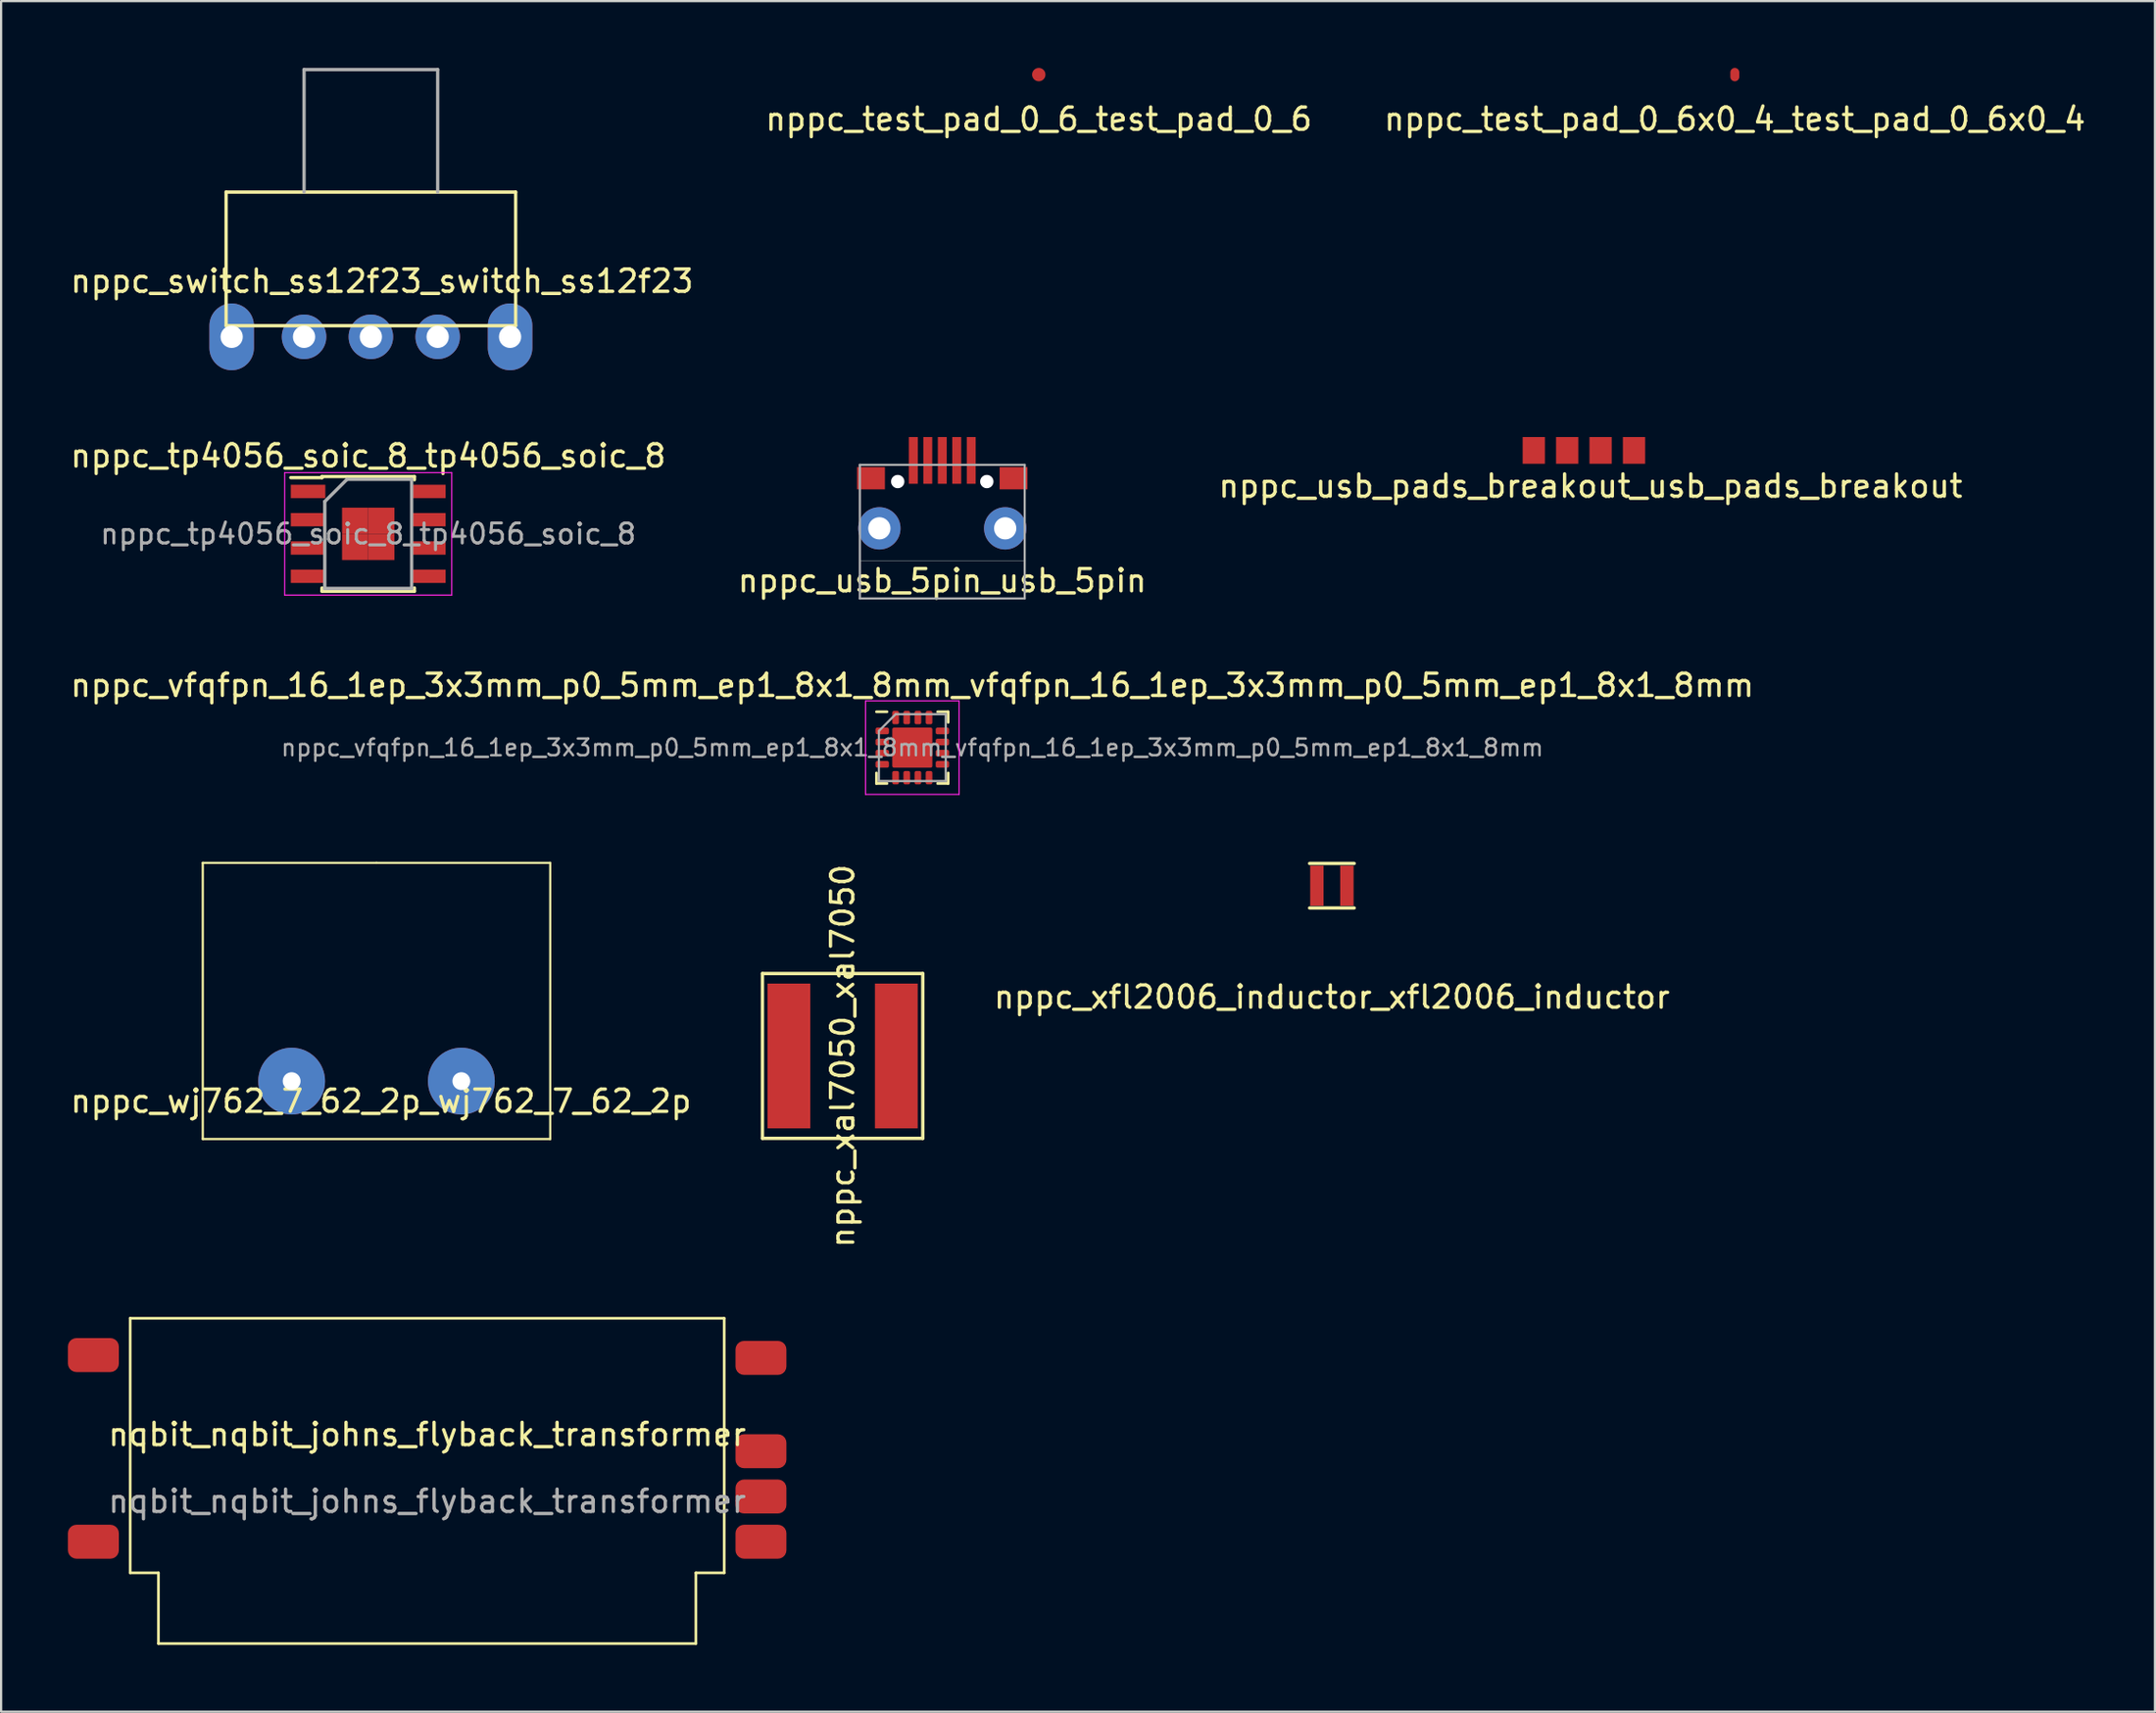
<source format=kicad_pcb>
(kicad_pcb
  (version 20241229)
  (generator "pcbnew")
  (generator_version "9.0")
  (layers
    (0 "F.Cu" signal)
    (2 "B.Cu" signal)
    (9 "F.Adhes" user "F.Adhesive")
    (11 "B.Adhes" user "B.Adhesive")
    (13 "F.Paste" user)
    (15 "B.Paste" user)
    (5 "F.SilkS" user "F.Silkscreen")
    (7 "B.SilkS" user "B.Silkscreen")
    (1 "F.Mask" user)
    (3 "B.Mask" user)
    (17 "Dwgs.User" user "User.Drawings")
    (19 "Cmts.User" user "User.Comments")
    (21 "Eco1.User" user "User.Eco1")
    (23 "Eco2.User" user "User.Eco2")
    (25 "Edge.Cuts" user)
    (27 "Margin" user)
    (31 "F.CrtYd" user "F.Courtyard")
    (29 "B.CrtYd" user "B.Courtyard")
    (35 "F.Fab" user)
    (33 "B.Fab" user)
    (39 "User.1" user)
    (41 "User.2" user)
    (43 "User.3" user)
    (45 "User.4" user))
  (footprint "nppc_test_pad_0_6_test_pad_0_6"
    (layer "F.Cu")
    (at 43.589 0.3)
    (property "Reference" "nppc_test_pad_0_6_test_pad_0_6" (at 0 2 0) (layer "F.SilkS") (effects (font (size 1 1) (thickness 0.15))))
    (attr through_hole)
    (pad "1" smd circle (at 0 0) (size 0.6 0.6) (layers "F.Cu" "F.Mask")))
  (footprint "nppc_xfl2006_inductor_xfl2006_inductor"
    (layer "F.Cu")
    (at 56.749 36.723)
    (property "Reference" "nppc_xfl2006_inductor_xfl2006_inductor" (at 0 5 0) (layer "F.SilkS") (effects (font (size 1 1) (thickness 0.15))))
    (attr through_hole)
    (fp_line (start -1 1) (end 1 1) (stroke (width 0.15) (type solid)) (layer "F.SilkS"))
    (fp_line (start 1 -1) (end -1 -1) (stroke (width 0.15) (type solid)) (layer "F.SilkS"))
    (pad "1" smd rect (at -0.675 0) (size 0.6 1.8) (layers "F.Cu" "F.Mask" "F.Paste"))
    (pad "2" smd rect (at 0.675 0) (size 0.6 1.8) (layers "F.Cu" "F.Mask" "F.Paste")))
  (footprint "nqbit_nqbit_johns_flyback_transformer"
    (layer "F.Cu")
    (at 16.129 61.864)
    (property "Reference" "nqbit_nqbit_johns_flyback_transformer" (at 0 -0.5 0) (unlocked yes) (layer "F.SilkS") (effects (font (size 1 1) (thickness 0.15))))
    (attr smd)
    (fp_line (start -13.335 -5.715) (end -13.335 5.715) (stroke (width 0.12) (type solid)) (layer "F.SilkS"))
    (fp_line (start -12.065 5.715) (end -13.335 5.715) (stroke (width 0.12) (type solid)) (layer "F.SilkS"))
    (fp_line (start -12.065 8.89) (end -12.065 5.715) (stroke (width 0.12) (type solid)) (layer "F.SilkS"))
    (fp_line (start -12.065 8.89) (end 12.065 8.89) (stroke (width 0.12) (type solid)) (layer "F.SilkS"))
    (fp_line (start 12.065 5.715) (end 13.335 5.715) (stroke (width 0.12) (type solid)) (layer "F.SilkS"))
    (fp_line (start 12.065 8.89) (end 12.065 5.715) (stroke (width 0.12) (type solid)) (layer "F.SilkS"))
    (fp_line (start 13.335 -5.715) (end -13.335 -5.715) (stroke (width 0.12) (type solid)) (layer "F.SilkS"))
    (fp_line (start 13.335 5.715) (end 13.335 -5.715) (stroke (width 0.12) (type solid)) (layer "F.SilkS"))
    (fp_text user "${REFERENCE}" (at 0 2.5 0) (unlocked yes) (layer "F.Fab") (effects (font (size 1 1) (thickness 0.15))))
    (pad "1" smd roundrect (at -14.986 -4.064) (size 2.286 1.524) (layers "F.Cu" "F.Mask" "F.Paste") (roundrect_rratio 0.25))
    (pad "1" smd roundrect (at -14.986 4.318) (size 2.286 1.524) (layers "F.Cu" "F.Mask" "F.Paste") (roundrect_rratio 0.25))
    (pad "1" smd roundrect (at 14.986 -3.937) (size 2.286 1.524) (layers "F.Cu" "F.Mask" "F.Paste") (roundrect_rratio 0.25))
    (pad "1" smd roundrect (at 14.986 0.254) (size 2.286 1.524) (layers "F.Cu" "F.Mask" "F.Paste") (roundrect_rratio 0.25))
    (pad "1" smd roundrect (at 14.986 2.286) (size 2.286 1.524) (layers "F.Cu" "F.Mask" "F.Paste") (roundrect_rratio 0.25))
    (pad "1" smd roundrect (at 14.986 4.318) (size 2.286 1.524) (layers "F.Cu" "F.Mask" "F.Paste") (roundrect_rratio 0.25)))
  (footprint "nppc_usb_pads_breakout_usb_pads_breakout"
    (layer "F.Cu")
    (at 68.063 17.175)
    (property "Reference" "nppc_usb_pads_breakout_usb_pads_breakout" (at 0.3 1.6 0) (layer "F.SilkS") (effects (font (size 1 1) (thickness 0.15))))
    (attr through_hole)
    (pad "1" smd rect (at -2.25 0) (size 1 1.2) (layers "F.Cu" "F.Mask"))
    (pad "2" smd rect (at -0.75 0) (size 1 1.2) (layers "F.Cu" "F.Mask"))
    (pad "3" smd rect (at 0.75 0) (size 1 1.2) (layers "F.Cu" "F.Mask"))
    (pad "4" smd rect (at 2.25 0) (size 1 1.2) (layers "F.Cu" "F.Mask")))
  (footprint "nppc_xal7050_xal7050"
    (layer "F.Cu")
    (at 34.782 44.368)
    (property "Reference" "nppc_xal7050_xal7050" (at 0 0 90) (layer "F.SilkS") (effects (font (size 1 1) (thickness 0.15))))
    (attr smd)
    (fp_line (start -3.6 -3.7) (end 0 -3.7) (stroke (width 0.15) (type solid)) (layer "F.SilkS"))
    (fp_line (start -3.6 3.7) (end -3.6 -3.7) (stroke (width 0.15) (type solid)) (layer "F.SilkS"))
    (fp_line (start 0 -3.7) (end 3.6 -3.7) (stroke (width 0.15) (type solid)) (layer "F.SilkS"))
    (fp_line (start 3.6 -3.7) (end 3.6 3.7) (stroke (width 0.15) (type solid)) (layer "F.SilkS"))
    (fp_line (start 3.6 3.7) (end -3.6 3.7) (stroke (width 0.15) (type solid)) (layer "F.SilkS"))
    (pad "1" smd rect (at -2.41 0) (size 1.92 6.5) (layers "F.Cu" "F.Mask" "F.Paste"))
    (pad "2" smd rect (at 2.41 0) (size 1.92 6.5) (layers "F.Cu" "F.Mask" "F.Paste")))
  (footprint "nppc_switch_ss12f23_switch_ss12f23"
    (layer "F.Cu")
    (at 13.601 12.075)
    (property "Reference" "nppc_switch_ss12f23_switch_ss12f23" (at 0.5 -2.5 0) (layer "F.SilkS") (effects (font (size 1 1) (thickness 0.15))))
    (attr through_hole)
    (fp_line (start -6.5 -6.5) (end -6.5 -0.5) (stroke (width 0.15) (type solid)) (layer "F.SilkS"))
    (fp_line (start -6.5 -0.5) (end 6.5 -0.5) (stroke (width 0.15) (type solid)) (layer "F.SilkS"))
    (fp_line (start 6.5 -6.5) (end -6.5 -6.5) (stroke (width 0.15) (type solid)) (layer "F.SilkS"))
    (fp_line (start 6.5 -0.5) (end 6.5 -6.5) (stroke (width 0.15) (type solid)) (layer "F.SilkS"))
    (fp_line (start -3 -12) (end -3 -6.5) (stroke (width 0.15) (type solid)) (layer "F.Fab"))
    (fp_line (start 3 -12) (end -3 -12) (stroke (width 0.15) (type solid)) (layer "F.Fab"))
    (fp_line (start 3 -6.5) (end 3 -12) (stroke (width 0.15) (type solid)) (layer "F.Fab"))
    (pad "1" thru_hole oval (at -6.25 0) (size 2 3) (drill 1) (layers "*.Cu" "*.Mask"))
    (pad "1" thru_hole circle (at -3 0) (size 2 2) (drill 1) (layers "*.Cu" "*.Mask"))
    (pad "1" thru_hole oval (at 6.25 0) (size 2 3) (drill 1) (layers "*.Cu" "*.Mask"))
    (pad "2" thru_hole circle (at 0 0) (size 2 2) (drill 1) (layers "*.Cu" "*.Mask"))
    (pad "3" thru_hole circle (at 3 0) (size 2 2) (drill 1) (layers "*.Cu" "*.Mask")))
  (footprint "nppc_tp4056_soic_8_tp4056_soic_8"
    (layer "F.Cu")
    (at 13.482 20.923)
    (property "Reference" "nppc_tp4056_soic_8_tp4056_soic_8" (at 0 -3.5 0) (layer "F.SilkS") (effects (font (size 1 1) (thickness 0.15))))
    (attr smd)
    (fp_line (start -2.075 -2.575) (end -2.075 -2.525) (stroke (width 0.15) (type solid)) (layer "F.SilkS"))
    (fp_line (start -2.075 -2.575) (end 2.075 -2.575) (stroke (width 0.15) (type solid)) (layer "F.SilkS"))
    (fp_line (start -2.075 -2.525) (end -3.475 -2.525) (stroke (width 0.15) (type solid)) (layer "F.SilkS"))
    (fp_line (start -2.075 2.575) (end -2.075 2.43) (stroke (width 0.15) (type solid)) (layer "F.SilkS"))
    (fp_line (start -2.075 2.575) (end 2.075 2.575) (stroke (width 0.15) (type solid)) (layer "F.SilkS"))
    (fp_line (start 2.075 -2.575) (end 2.075 -2.43) (stroke (width 0.15) (type solid)) (layer "F.SilkS"))
    (fp_line (start 2.075 2.575) (end 2.075 2.43) (stroke (width 0.15) (type solid)) (layer "F.SilkS"))
    (fp_line (start -3.75 -2.75) (end -3.75 2.75) (stroke (width 0.05) (type solid)) (layer "F.CrtYd"))
    (fp_line (start -3.75 -2.75) (end 3.75 -2.75) (stroke (width 0.05) (type solid)) (layer "F.CrtYd"))
    (fp_line (start -3.75 2.75) (end 3.75 2.75) (stroke (width 0.05) (type solid)) (layer "F.CrtYd"))
    (fp_line (start 3.75 -2.75) (end 3.75 2.75) (stroke (width 0.05) (type solid)) (layer "F.CrtYd"))
    (fp_line (start -1.95 -1.45) (end -0.95 -2.45) (stroke (width 0.15) (type solid)) (layer "F.Fab"))
    (fp_line (start -1.95 2.45) (end -1.95 -1.45) (stroke (width 0.15) (type solid)) (layer "F.Fab"))
    (fp_line (start -0.95 -2.45) (end 1.95 -2.45) (stroke (width 0.15) (type solid)) (layer "F.Fab"))
    (fp_line (start 1.95 -2.45) (end 1.95 2.45) (stroke (width 0.15) (type solid)) (layer "F.Fab"))
    (fp_line (start 1.95 2.45) (end -1.95 2.45) (stroke (width 0.15) (type solid)) (layer "F.Fab"))
    (fp_text user "${REFERENCE}" (at 0 0 0) (layer "F.Fab") (effects (font (size 0.9 0.9) (thickness 0.135))))
    (pad "1" smd rect (at -2.7 -1.905) (size 1.55 0.6) (layers "F.Cu" "F.Mask" "F.Paste"))
    (pad "2" smd rect (at -2.7 -0.635) (size 1.55 0.6) (layers "F.Cu" "F.Mask" "F.Paste"))
    (pad "3" smd rect (at -2.7 0.635) (size 1.55 0.6) (layers "F.Cu" "F.Mask" "F.Paste"))
    (pad "3" smd rect (at -0.588 -0.588) (size 1.175 1.175) (layers "F.Cu" "F.Mask" "F.Paste"))
    (pad "3" smd rect (at -0.588 0.588) (size 1.175 1.175) (layers "F.Cu" "F.Mask" "F.Paste"))
    (pad "3" smd rect (at 0.588 -0.588) (size 1.175 1.175) (layers "F.Cu" "F.Mask" "F.Paste"))
    (pad "3" smd rect (at 0.588 0.588) (size 1.175 1.175) (layers "F.Cu" "F.Mask" "F.Paste"))
    (pad "4" smd rect (at -2.7 1.905) (size 1.55 0.6) (layers "F.Cu" "F.Mask" "F.Paste"))
    (pad "5" smd rect (at 2.7 1.905) (size 1.55 0.6) (layers "F.Cu" "F.Mask" "F.Paste"))
    (pad "6" smd rect (at 2.7 0.635) (size 1.55 0.6) (layers "F.Cu" "F.Mask" "F.Paste"))
    (pad "7" smd rect (at 2.7 -0.635) (size 1.55 0.6) (layers "F.Cu" "F.Mask" "F.Paste"))
    (pad "8" smd rect (at 2.7 -1.905) (size 1.55 0.6) (layers "F.Cu" "F.Mask" "F.Paste")))
  (footprint "nppc_test_pad_0_6x0_4_test_pad_0_6x0_4"
    (layer "F.Cu")
    (at 74.839 0.3)
    (property "Reference" "nppc_test_pad_0_6x0_4_test_pad_0_6x0_4" (at 0 2 0) (layer "F.SilkS") (effects (font (size 1 1) (thickness 0.15))))
    (attr through_hole)
    (pad "1" smd oval (at 0 0) (size 0.4 0.6) (layers "F.Cu" "F.Mask")))
  (footprint "nppc_usb_5pin_usb_5pin"
    (layer "F.Cu")
    (at 39.256 22.125)
    (property "Reference" "nppc_usb_5pin_usb_5pin" (at 0 0.9 0) (layer "F.SilkS") (effects (font (size 1 1) (thickness 0.15))))
    (attr through_hole)
    (fp_line (start -3.7 -4.3) (end 3.7 -4.3) (stroke (width 0.1) (type solid)) (layer "F.Fab"))
    (fp_line (start -3.7 0) (end 3.7 0) (stroke (width 0.02) (type solid)) (layer "F.Fab"))
    (fp_line (start -3.7 1.7) (end -3.7 -4.3) (stroke (width 0.1) (type solid)) (layer "F.Fab"))
    (fp_line (start 3.7 -4.3) (end 3.7 1.7) (stroke (width 0.1) (type solid)) (layer "F.Fab"))
    (fp_line (start 3.7 1.7) (end -3.7 1.7) (stroke (width 0.1) (type solid)) (layer "F.Fab"))
    (pad "" np_thru_hole circle (at -2 -3.55) (size 0.6 0.6) (drill 0.6) (layers "*.Cu" "*.Mask"))
    (pad "" np_thru_hole circle (at 2 -3.55) (size 0.6 0.6) (drill 0.6) (layers "*.Cu" "*.Mask"))
    (pad "1" smd rect (at -1.3 -4.5) (size 0.4 2.1) (layers "F.Cu" "F.Mask" "F.Paste"))
    (pad "2" smd rect (at -0.65 -4.5) (size 0.4 2.1) (layers "F.Cu" "F.Mask" "F.Paste"))
    (pad "3" smd rect (at 0 -4.5) (size 0.4 2.1) (layers "F.Cu" "F.Mask" "F.Paste"))
    (pad "4" smd rect (at 0.65 -4.5) (size 0.4 2.1) (layers "F.Cu" "F.Mask" "F.Paste"))
    (pad "5" smd rect (at -3.2 -3.7) (size 1.25 1) (layers "F.Cu" "F.Mask" "F.Paste"))
    (pad "5" thru_hole circle (at -2.825 -1.45) (size 1.9 1.9) (drill 1) (layers "*.Cu" "*.Mask"))
    (pad "5" smd rect (at 1.3 -4.5) (size 0.4 2.1) (layers "F.Cu" "F.Mask" "F.Paste"))
    (pad "5" thru_hole circle (at 2.825 -1.45) (size 1.9 1.9) (drill 1) (layers "*.Cu" "*.Mask"))
    (pad "5" smd rect (at 3.2 -3.7) (size 1.25 1) (layers "F.Cu" "F.Mask" "F.Paste")))
  (footprint "nppc_vfqfpn_16_1ep_3x3mm_p0_5mm_ep1_8x1_8mm_vfqfpn_16_1ep_3x3mm_p0_5mm_ep1_8x1_8mm"
    (layer "F.Cu")
    (at 37.911 30.523)
    (property "Reference" "nppc_vfqfpn_16_1ep_3x3mm_p0_5mm_ep1_8x1_8mm_vfqfpn_16_1ep_3x3mm_p0_5mm_ep1_8x1_8mm" (at 0 -2.8 0) (layer "F.SilkS") (effects (font (size 1 1) (thickness 0.15))))
    (attr smd)
    (fp_line (start -1.61 1.61) (end -1.61 1.135) (stroke (width 0.12) (type solid)) (layer "F.SilkS"))
    (fp_line (start -1.135 -1.61) (end -1.61 -1.61) (stroke (width 0.12) (type solid)) (layer "F.SilkS"))
    (fp_line (start -1.135 1.61) (end -1.61 1.61) (stroke (width 0.12) (type solid)) (layer "F.SilkS"))
    (fp_line (start 1.135 -1.61) (end 1.61 -1.61) (stroke (width 0.12) (type solid)) (layer "F.SilkS"))
    (fp_line (start 1.135 1.61) (end 1.61 1.61) (stroke (width 0.12) (type solid)) (layer "F.SilkS"))
    (fp_line (start 1.61 -1.61) (end 1.61 -1.135) (stroke (width 0.12) (type solid)) (layer "F.SilkS"))
    (fp_line (start 1.61 1.61) (end 1.61 1.135) (stroke (width 0.12) (type solid)) (layer "F.SilkS"))
    (fp_line (start -2.1 -2.1) (end -2.1 2.1) (stroke (width 0.05) (type solid)) (layer "F.CrtYd"))
    (fp_line (start -2.1 2.1) (end 2.1 2.1) (stroke (width 0.05) (type solid)) (layer "F.CrtYd"))
    (fp_line (start 2.1 -2.1) (end -2.1 -2.1) (stroke (width 0.05) (type solid)) (layer "F.CrtYd"))
    (fp_line (start 2.1 2.1) (end 2.1 -2.1) (stroke (width 0.05) (type solid)) (layer "F.CrtYd"))
    (fp_line (start -1.5 -0.75) (end -0.75 -1.5) (stroke (width 0.1) (type solid)) (layer "F.Fab"))
    (fp_line (start -1.5 1.5) (end -1.5 -0.75) (stroke (width 0.1) (type solid)) (layer "F.Fab"))
    (fp_line (start -0.75 -1.5) (end 1.5 -1.5) (stroke (width 0.1) (type solid)) (layer "F.Fab"))
    (fp_line (start 1.5 -1.5) (end 1.5 1.5) (stroke (width 0.1) (type solid)) (layer "F.Fab"))
    (fp_line (start 1.5 1.5) (end -1.5 1.5) (stroke (width 0.1) (type solid)) (layer "F.Fab"))
    (fp_text user "${REFERENCE}" (at 0 0 0) (layer "F.Fab") (effects (font (size 0.75 0.75) (thickness 0.11))))
    (pad "" smd roundrect (at -0.44 -0.44) (size 0.71 0.71) (layers "F.Paste") (roundrect_rratio 0.25))
    (pad "" smd roundrect (at -0.44 0.44) (size 0.71 0.71) (layers "F.Paste") (roundrect_rratio 0.25))
    (pad "" smd roundrect (at 0.44 -0.44) (size 0.71 0.71) (layers "F.Paste") (roundrect_rratio 0.25))
    (pad "" smd roundrect (at 0.44 0.44) (size 0.71 0.71) (layers "F.Paste") (roundrect_rratio 0.25))
    (pad "1" smd roundrect (at -1.35 -0.75) (size 0.6 0.3) (layers "F.Cu" "F.Mask" "F.Paste") (roundrect_rratio 0.25))
    (pad "2" smd roundrect (at -1.35 -0.25) (size 0.6 0.3) (layers "F.Cu" "F.Mask" "F.Paste") (roundrect_rratio 0.25))
    (pad "3" smd roundrect (at -1.35 0.25) (size 0.6 0.3) (layers "F.Cu" "F.Mask" "F.Paste") (roundrect_rratio 0.25))
    (pad "4" smd roundrect (at -1.35 0.75) (size 0.6 0.3) (layers "F.Cu" "F.Mask" "F.Paste") (roundrect_rratio 0.25))
    (pad "5" smd roundrect (at -0.75 1.35) (size 0.3 0.6) (layers "F.Cu" "F.Mask" "F.Paste") (roundrect_rratio 0.25))
    (pad "6" smd roundrect (at -0.25 1.35) (size 0.3 0.6) (layers "F.Cu" "F.Mask" "F.Paste") (roundrect_rratio 0.25))
    (pad "7" smd roundrect (at 0.25 1.35) (size 0.3 0.6) (layers "F.Cu" "F.Mask" "F.Paste") (roundrect_rratio 0.25))
    (pad "8" smd roundrect (at 0.75 1.35) (size 0.3 0.6) (layers "F.Cu" "F.Mask" "F.Paste") (roundrect_rratio 0.25))
    (pad "9" smd roundrect (at 1.35 0.75) (size 0.6 0.3) (layers "F.Cu" "F.Mask" "F.Paste") (roundrect_rratio 0.25))
    (pad "10" smd roundrect (at 1.35 0.25) (size 0.6 0.3) (layers "F.Cu" "F.Mask" "F.Paste") (roundrect_rratio 0.25))
    (pad "11" smd roundrect (at 1.35 -0.25) (size 0.6 0.3) (layers "F.Cu" "F.Mask" "F.Paste") (roundrect_rratio 0.25))
    (pad "12" smd roundrect (at 1.35 -0.75) (size 0.6 0.3) (layers "F.Cu" "F.Mask" "F.Paste") (roundrect_rratio 0.25))
    (pad "13" smd roundrect (at 0.75 -1.35) (size 0.3 0.6) (layers "F.Cu" "F.Mask" "F.Paste") (roundrect_rratio 0.25))
    (pad "14" smd roundrect (at 0.25 -1.35) (size 0.3 0.6) (layers "F.Cu" "F.Mask" "F.Paste") (roundrect_rratio 0.25))
    (pad "15" smd roundrect (at -0.25 -1.35) (size 0.3 0.6) (layers "F.Cu" "F.Mask" "F.Paste") (roundrect_rratio 0.25))
    (pad "16" smd roundrect (at -0.75 -1.35) (size 0.3 0.6) (layers "F.Cu" "F.Mask" "F.Paste") (roundrect_rratio 0.25))
    (pad "17" smd roundrect (at 0 0) (size 1.8 1.8) (layers "F.Cu" "F.Mask") (roundrect_rratio 0.042)))
  (footprint "nppc_wj762_7_62_2p_wj762_7_62_2p"
    (layer "F.Cu")
    (at 13.854 41.898)
    (property "Reference" "nppc_wj762_7_62_2p_wj762_7_62_2p" (at 0.2 4.5 0) (layer "F.SilkS") (effects (font (size 1 1) (thickness 0.15))))
    (attr through_hole)
    (fp_line (start -7.8 -6.2) (end 0 -6.2) (stroke (width 0.1) (type solid)) (layer "F.SilkS"))
    (fp_line (start -7.8 6.2) (end -7.8 -6.2) (stroke (width 0.1) (type solid)) (layer "F.SilkS"))
    (fp_line (start 0 -6.2) (end 7.8 -6.2) (stroke (width 0.1) (type solid)) (layer "F.SilkS"))
    (fp_line (start 7.8 -6.2) (end 7.8 6.2) (stroke (width 0.1) (type solid)) (layer "F.SilkS"))
    (fp_line (start 7.8 6.2) (end -7.8 6.2) (stroke (width 0.1) (type solid)) (layer "F.SilkS"))
    (pad "1" thru_hole circle (at -3.81 3.6) (size 3 3) (drill 0.8) (layers "*.Cu" "*.Mask"))
    (pad "2" thru_hole circle (at 3.81 3.6) (size 3 3) (drill 0.8) (layers "*.Cu" "*.Mask")))
  (gr_rect
    (start -3 -3)
    (end 93.702 73.814)
    (stroke (width 0.1) (type default))
    (fill no)
    (layer "Edge.Cuts")))
</source>
